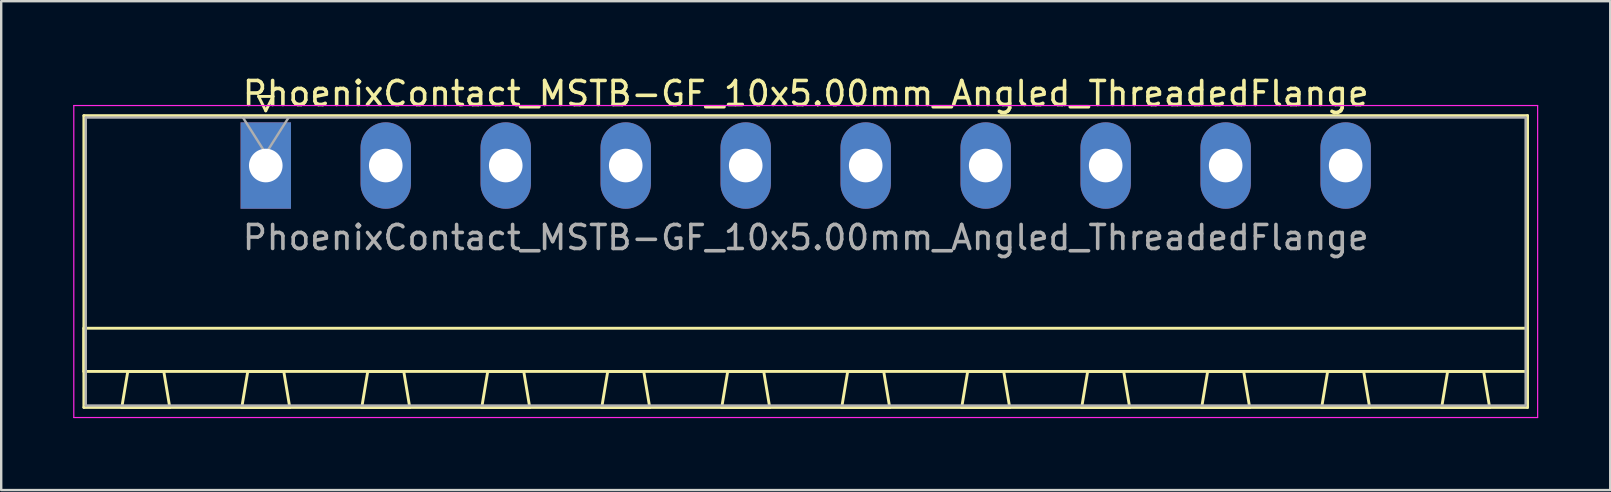
<source format=kicad_pcb>
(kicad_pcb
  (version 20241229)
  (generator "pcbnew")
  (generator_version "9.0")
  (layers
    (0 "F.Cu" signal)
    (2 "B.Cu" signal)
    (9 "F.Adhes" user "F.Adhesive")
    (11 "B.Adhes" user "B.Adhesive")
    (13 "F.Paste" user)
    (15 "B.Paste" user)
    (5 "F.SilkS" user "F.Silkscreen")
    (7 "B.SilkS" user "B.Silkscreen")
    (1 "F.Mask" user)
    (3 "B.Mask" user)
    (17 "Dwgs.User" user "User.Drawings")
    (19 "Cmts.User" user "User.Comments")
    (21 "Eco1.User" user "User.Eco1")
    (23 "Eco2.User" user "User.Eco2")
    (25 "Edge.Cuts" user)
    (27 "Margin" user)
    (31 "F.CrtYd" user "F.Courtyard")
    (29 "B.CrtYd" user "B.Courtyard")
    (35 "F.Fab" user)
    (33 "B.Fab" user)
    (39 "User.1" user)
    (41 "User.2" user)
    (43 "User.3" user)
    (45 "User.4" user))
  (footprint "PhoenixContact_MSTB-GF_10x5.00mm_Angled_ThreadedFlange"
    (layer "F.Cu")
    (at 8.025 3.848)
    (property "Reference" "PhoenixContact_MSTB-GF_10x5.00mm_Angled_ThreadedFlange" (at 22.5 -3 0) (layer "F.SilkS") (effects (font (size 1 1) (thickness 0.15))))
    (attr through_hole)
    (fp_line (start -7.58 -2.08) (end -7.58 10.08) (stroke (width 0.12) (type solid)) (layer "F.SilkS"))
    (fp_line (start -7.58 6.78) (end 52.58 6.78) (stroke (width 0.12) (type solid)) (layer "F.SilkS"))
    (fp_line (start -7.58 8.58) (end -7.58 6.78) (stroke (width 0.12) (type solid)) (layer "F.SilkS"))
    (fp_line (start -7.58 10.08) (end 52.58 10.08) (stroke (width 0.12) (type solid)) (layer "F.SilkS"))
    (fp_line (start -6 10.08) (end -4 10.08) (stroke (width 0.12) (type solid)) (layer "F.SilkS"))
    (fp_line (start -5.75 8.58) (end -6 10.08) (stroke (width 0.12) (type solid)) (layer "F.SilkS"))
    (fp_line (start -4.25 8.58) (end -5.75 8.58) (stroke (width 0.12) (type solid)) (layer "F.SilkS"))
    (fp_line (start -4 10.08) (end -4.25 8.58) (stroke (width 0.12) (type solid)) (layer "F.SilkS"))
    (fp_line (start -1 10.08) (end 1 10.08) (stroke (width 0.12) (type solid)) (layer "F.SilkS"))
    (fp_line (start -0.75 8.58) (end -1 10.08) (stroke (width 0.12) (type solid)) (layer "F.SilkS"))
    (fp_line (start -0.3 -2.88) (end 0.3 -2.88) (stroke (width 0.12) (type solid)) (layer "F.SilkS"))
    (fp_line (start 0 -2.28) (end -0.3 -2.88) (stroke (width 0.12) (type solid)) (layer "F.SilkS"))
    (fp_line (start 0.3 -2.88) (end 0 -2.28) (stroke (width 0.12) (type solid)) (layer "F.SilkS"))
    (fp_line (start 0.75 8.58) (end -0.75 8.58) (stroke (width 0.12) (type solid)) (layer "F.SilkS"))
    (fp_line (start 1 10.08) (end 0.75 8.58) (stroke (width 0.12) (type solid)) (layer "F.SilkS"))
    (fp_line (start 4 10.08) (end 6 10.08) (stroke (width 0.12) (type solid)) (layer "F.SilkS"))
    (fp_line (start 4.25 8.58) (end 4 10.08) (stroke (width 0.12) (type solid)) (layer "F.SilkS"))
    (fp_line (start 5.75 8.58) (end 4.25 8.58) (stroke (width 0.12) (type solid)) (layer "F.SilkS"))
    (fp_line (start 6 10.08) (end 5.75 8.58) (stroke (width 0.12) (type solid)) (layer "F.SilkS"))
    (fp_line (start 9 10.08) (end 11 10.08) (stroke (width 0.12) (type solid)) (layer "F.SilkS"))
    (fp_line (start 9.25 8.58) (end 9 10.08) (stroke (width 0.12) (type solid)) (layer "F.SilkS"))
    (fp_line (start 10.75 8.58) (end 9.25 8.58) (stroke (width 0.12) (type solid)) (layer "F.SilkS"))
    (fp_line (start 11 10.08) (end 10.75 8.58) (stroke (width 0.12) (type solid)) (layer "F.SilkS"))
    (fp_line (start 14 10.08) (end 16 10.08) (stroke (width 0.12) (type solid)) (layer "F.SilkS"))
    (fp_line (start 14.25 8.58) (end 14 10.08) (stroke (width 0.12) (type solid)) (layer "F.SilkS"))
    (fp_line (start 15.75 8.58) (end 14.25 8.58) (stroke (width 0.12) (type solid)) (layer "F.SilkS"))
    (fp_line (start 16 10.08) (end 15.75 8.58) (stroke (width 0.12) (type solid)) (layer "F.SilkS"))
    (fp_line (start 19 10.08) (end 21 10.08) (stroke (width 0.12) (type solid)) (layer "F.SilkS"))
    (fp_line (start 19.25 8.58) (end 19 10.08) (stroke (width 0.12) (type solid)) (layer "F.SilkS"))
    (fp_line (start 20.75 8.58) (end 19.25 8.58) (stroke (width 0.12) (type solid)) (layer "F.SilkS"))
    (fp_line (start 21 10.08) (end 20.75 8.58) (stroke (width 0.12) (type solid)) (layer "F.SilkS"))
    (fp_line (start 24 10.08) (end 26 10.08) (stroke (width 0.12) (type solid)) (layer "F.SilkS"))
    (fp_line (start 24.25 8.58) (end 24 10.08) (stroke (width 0.12) (type solid)) (layer "F.SilkS"))
    (fp_line (start 25.75 8.58) (end 24.25 8.58) (stroke (width 0.12) (type solid)) (layer "F.SilkS"))
    (fp_line (start 26 10.08) (end 25.75 8.58) (stroke (width 0.12) (type solid)) (layer "F.SilkS"))
    (fp_line (start 29 10.08) (end 31 10.08) (stroke (width 0.12) (type solid)) (layer "F.SilkS"))
    (fp_line (start 29.25 8.58) (end 29 10.08) (stroke (width 0.12) (type solid)) (layer "F.SilkS"))
    (fp_line (start 30.75 8.58) (end 29.25 8.58) (stroke (width 0.12) (type solid)) (layer "F.SilkS"))
    (fp_line (start 31 10.08) (end 30.75 8.58) (stroke (width 0.12) (type solid)) (layer "F.SilkS"))
    (fp_line (start 34 10.08) (end 36 10.08) (stroke (width 0.12) (type solid)) (layer "F.SilkS"))
    (fp_line (start 34.25 8.58) (end 34 10.08) (stroke (width 0.12) (type solid)) (layer "F.SilkS"))
    (fp_line (start 35.75 8.58) (end 34.25 8.58) (stroke (width 0.12) (type solid)) (layer "F.SilkS"))
    (fp_line (start 36 10.08) (end 35.75 8.58) (stroke (width 0.12) (type solid)) (layer "F.SilkS"))
    (fp_line (start 39 10.08) (end 41 10.08) (stroke (width 0.12) (type solid)) (layer "F.SilkS"))
    (fp_line (start 39.25 8.58) (end 39 10.08) (stroke (width 0.12) (type solid)) (layer "F.SilkS"))
    (fp_line (start 40.75 8.58) (end 39.25 8.58) (stroke (width 0.12) (type solid)) (layer "F.SilkS"))
    (fp_line (start 41 10.08) (end 40.75 8.58) (stroke (width 0.12) (type solid)) (layer "F.SilkS"))
    (fp_line (start 44 10.08) (end 46 10.08) (stroke (width 0.12) (type solid)) (layer "F.SilkS"))
    (fp_line (start 44.25 8.58) (end 44 10.08) (stroke (width 0.12) (type solid)) (layer "F.SilkS"))
    (fp_line (start 45.75 8.58) (end 44.25 8.58) (stroke (width 0.12) (type solid)) (layer "F.SilkS"))
    (fp_line (start 46 10.08) (end 45.75 8.58) (stroke (width 0.12) (type solid)) (layer "F.SilkS"))
    (fp_line (start 49 10.08) (end 51 10.08) (stroke (width 0.12) (type solid)) (layer "F.SilkS"))
    (fp_line (start 49.25 8.58) (end 49 10.08) (stroke (width 0.12) (type solid)) (layer "F.SilkS"))
    (fp_line (start 50.75 8.58) (end 49.25 8.58) (stroke (width 0.12) (type solid)) (layer "F.SilkS"))
    (fp_line (start 51 10.08) (end 50.75 8.58) (stroke (width 0.12) (type solid)) (layer "F.SilkS"))
    (fp_line (start 52.58 -2.08) (end -7.58 -2.08) (stroke (width 0.12) (type solid)) (layer "F.SilkS"))
    (fp_line (start 52.58 6.78) (end 52.58 8.58) (stroke (width 0.12) (type solid)) (layer "F.SilkS"))
    (fp_line (start 52.58 8.58) (end -7.58 8.58) (stroke (width 0.12) (type solid)) (layer "F.SilkS"))
    (fp_line (start 52.58 10.08) (end 52.58 -2.08) (stroke (width 0.12) (type solid)) (layer "F.SilkS"))
    (fp_line (start -8 -2.5) (end -8 10.5) (stroke (width 0.05) (type solid)) (layer "F.CrtYd"))
    (fp_line (start -8 10.5) (end 53 10.5) (stroke (width 0.05) (type solid)) (layer "F.CrtYd"))
    (fp_line (start 53 -2.5) (end -8 -2.5) (stroke (width 0.05) (type solid)) (layer "F.CrtYd"))
    (fp_line (start 53 10.5) (end 53 -2.5) (stroke (width 0.05) (type solid)) (layer "F.CrtYd"))
    (fp_line (start -7.5 -2) (end -7.5 10) (stroke (width 0.1) (type solid)) (layer "F.Fab"))
    (fp_line (start -7.5 10) (end 52.5 10) (stroke (width 0.1) (type solid)) (layer "F.Fab"))
    (fp_line (start 0 -0.5) (end -0.95 -2) (stroke (width 0.1) (type solid)) (layer "F.Fab"))
    (fp_line (start 0.95 -2) (end 0 -0.5) (stroke (width 0.1) (type solid)) (layer "F.Fab"))
    (fp_line (start 52.5 -2) (end -7.5 -2) (stroke (width 0.1) (type solid)) (layer "F.Fab"))
    (fp_line (start 52.5 10) (end 52.5 -2) (stroke (width 0.1) (type solid)) (layer "F.Fab"))
    (fp_text user "${REFERENCE}" (at 22.5 3 0) (layer "F.Fab") (effects (font (size 1 1) (thickness 0.15))))
    (pad "1" thru_hole rect (at 0 0) (size 2.1 3.6) (drill 1.4) (layers "*.Cu" "*.Mask"))
    (pad "2" thru_hole oval (at 5 0) (size 2.1 3.6) (drill 1.4) (layers "*.Cu" "*.Mask"))
    (pad "3" thru_hole oval (at 10 0) (size 2.1 3.6) (drill 1.4) (layers "*.Cu" "*.Mask"))
    (pad "4" thru_hole oval (at 15 0) (size 2.1 3.6) (drill 1.4) (layers "*.Cu" "*.Mask"))
    (pad "5" thru_hole oval (at 20 0) (size 2.1 3.6) (drill 1.4) (layers "*.Cu" "*.Mask"))
    (pad "6" thru_hole oval (at 25 0) (size 2.1 3.6) (drill 1.4) (layers "*.Cu" "*.Mask"))
    (pad "7" thru_hole oval (at 30 0) (size 2.1 3.6) (drill 1.4) (layers "*.Cu" "*.Mask"))
    (pad "8" thru_hole oval (at 35 0) (size 2.1 3.6) (drill 1.4) (layers "*.Cu" "*.Mask"))
    (pad "9" thru_hole oval (at 40 0) (size 2.1 3.6) (drill 1.4) (layers "*.Cu" "*.Mask"))
    (pad "10" thru_hole oval (at 45 0) (size 2.1 3.6) (drill 1.4) (layers "*.Cu" "*.Mask")))
  (gr_rect
    (start -3 -3)
    (end 64.05 17.373)
    (stroke (width 0.1) (type default))
    (fill no)
    (layer "Edge.Cuts")))
</source>
